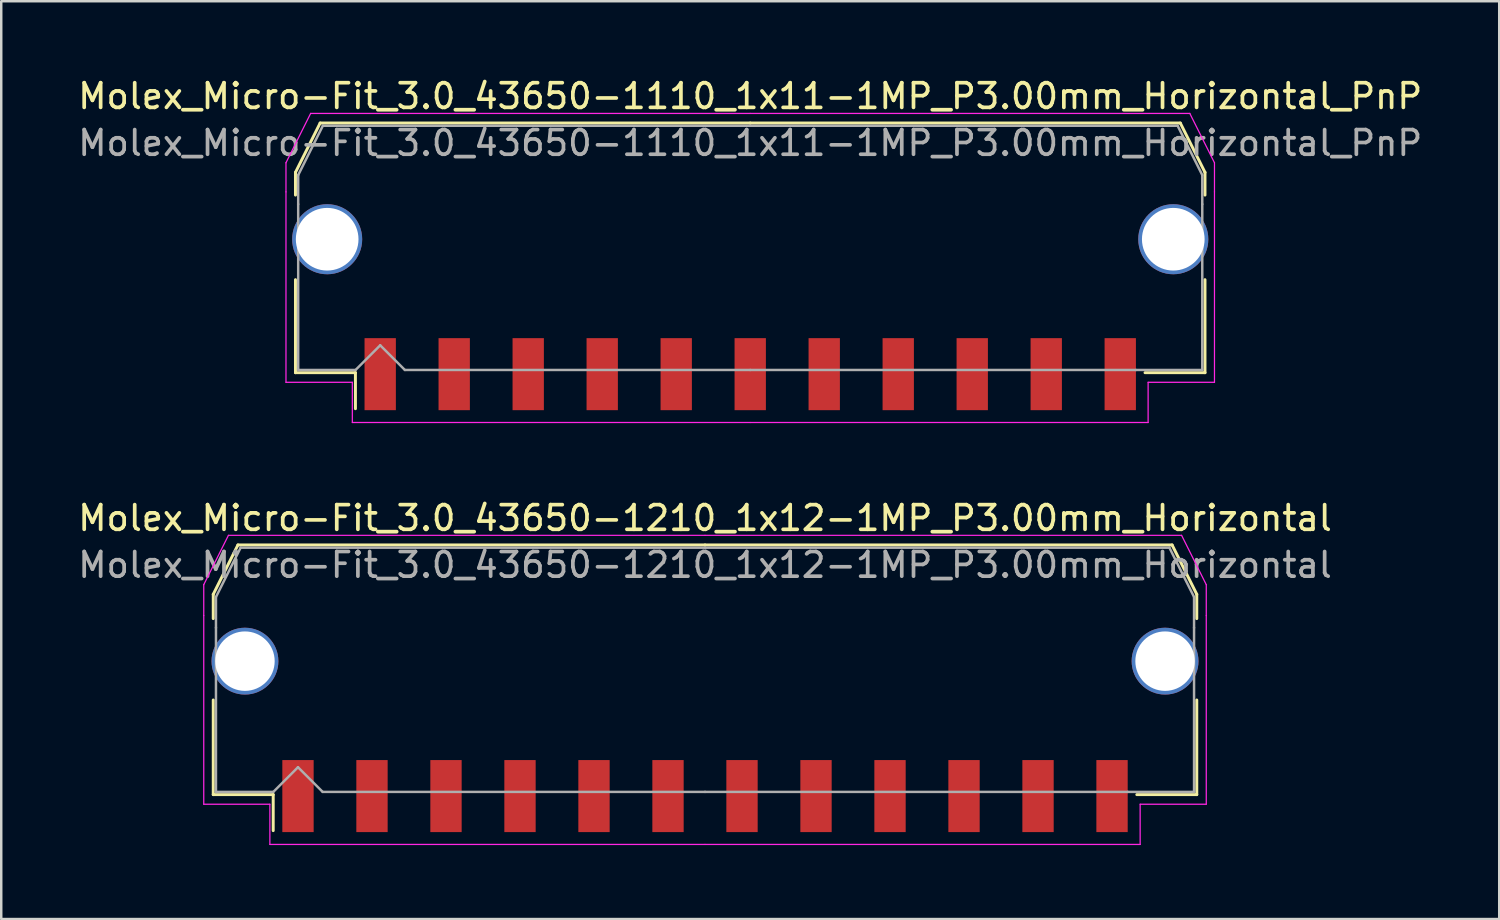
<source format=kicad_pcb>
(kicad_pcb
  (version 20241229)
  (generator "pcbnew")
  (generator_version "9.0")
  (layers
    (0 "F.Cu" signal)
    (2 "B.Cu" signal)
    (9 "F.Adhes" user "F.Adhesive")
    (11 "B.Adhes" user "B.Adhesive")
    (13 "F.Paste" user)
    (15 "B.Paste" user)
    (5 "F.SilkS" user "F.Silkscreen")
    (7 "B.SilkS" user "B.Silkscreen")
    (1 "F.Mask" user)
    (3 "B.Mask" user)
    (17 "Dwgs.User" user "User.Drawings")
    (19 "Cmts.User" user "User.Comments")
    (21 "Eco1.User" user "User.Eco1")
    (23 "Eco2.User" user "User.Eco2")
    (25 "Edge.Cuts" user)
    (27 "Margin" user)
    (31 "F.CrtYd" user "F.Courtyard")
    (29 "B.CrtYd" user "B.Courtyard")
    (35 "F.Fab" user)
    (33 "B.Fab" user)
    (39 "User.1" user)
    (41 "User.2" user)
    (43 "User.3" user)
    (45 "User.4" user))
  (footprint "Molex_Micro-Fit_3.0_43650-1210_1x12-1MP_P3.00mm_Horizontal"
    (layer "F.Cu")
    (at 25.53 24.102)
    (property "Reference" "Molex_Micro-Fit_3.0_43650-1210_1x12-1MP_P3.00mm_Horizontal" (at 0 -6.15 0) (layer "F.SilkS") (effects (font (size 1 1) (thickness 0.15))))
    (attr smd)
    (fp_line (start -19.935 -3.06) (end -19.935 -2.075) (stroke (width 0.12) (type solid)) (layer "F.SilkS"))
    (fp_line (start -19.935 1.225) (end -19.935 5.06) (stroke (width 0.12) (type solid)) (layer "F.SilkS"))
    (fp_line (start -19.935 5.06) (end -17.505 5.06) (stroke (width 0.12) (type solid)) (layer "F.SilkS"))
    (fp_line (start -18.935 -5.06) (end -19.935 -3.06) (stroke (width 0.12) (type solid)) (layer "F.SilkS"))
    (fp_line (start -17.505 5.06) (end -17.505 6.52) (stroke (width 0.12) (type solid)) (layer "F.SilkS"))
    (fp_line (start 0 -5.06) (end -18.935 -5.06) (stroke (width 0.12) (type solid)) (layer "F.SilkS"))
    (fp_line (start 0 -5.06) (end 18.935 -5.06) (stroke (width 0.12) (type solid)) (layer "F.SilkS"))
    (fp_line (start 18.935 -5.06) (end 19.935 -3.06) (stroke (width 0.12) (type solid)) (layer "F.SilkS"))
    (fp_line (start 19.935 -3.06) (end 19.935 -2.075) (stroke (width 0.12) (type solid)) (layer "F.SilkS"))
    (fp_line (start 19.935 1.225) (end 19.935 5.06) (stroke (width 0.12) (type solid)) (layer "F.SilkS"))
    (fp_line (start 19.935 5.06) (end 17.505 5.06) (stroke (width 0.12) (type solid)) (layer "F.SilkS"))
    (fp_line (start -20.32 -3.45) (end -20.32 -2.2) (stroke (width 0.05) (type solid)) (layer "F.CrtYd"))
    (fp_line (start -20.32 -2.2) (end -20.32 5.45) (stroke (width 0.05) (type solid)) (layer "F.CrtYd"))
    (fp_line (start -20.32 5.45) (end -17.64 5.45) (stroke (width 0.05) (type solid)) (layer "F.CrtYd"))
    (fp_line (start -19.32 -5.45) (end -20.32 -3.45) (stroke (width 0.05) (type solid)) (layer "F.CrtYd"))
    (fp_line (start -17.64 5.45) (end -17.64 7.08) (stroke (width 0.05) (type solid)) (layer "F.CrtYd"))
    (fp_line (start -17.64 7.08) (end 0 7.08) (stroke (width 0.05) (type solid)) (layer "F.CrtYd"))
    (fp_line (start 0 -5.45) (end -19.32 -5.45) (stroke (width 0.05) (type solid)) (layer "F.CrtYd"))
    (fp_line (start 0 -5.45) (end 19.32 -5.45) (stroke (width 0.05) (type solid)) (layer "F.CrtYd"))
    (fp_line (start 17.64 5.45) (end 17.64 7.08) (stroke (width 0.05) (type solid)) (layer "F.CrtYd"))
    (fp_line (start 17.64 7.08) (end 0 7.08) (stroke (width 0.05) (type solid)) (layer "F.CrtYd"))
    (fp_line (start 19.32 -5.45) (end 20.32 -3.45) (stroke (width 0.05) (type solid)) (layer "F.CrtYd"))
    (fp_line (start 20.32 -3.45) (end 20.32 -2.2) (stroke (width 0.05) (type solid)) (layer "F.CrtYd"))
    (fp_line (start 20.32 -2.2) (end 20.32 5.45) (stroke (width 0.05) (type solid)) (layer "F.CrtYd"))
    (fp_line (start 20.32 5.45) (end 17.64 5.45) (stroke (width 0.05) (type solid)) (layer "F.CrtYd"))
    (fp_line (start -19.825 -2.95) (end -19.825 -1.705) (stroke (width 0.1) (type solid)) (layer "F.Fab"))
    (fp_line (start -19.825 -1.705) (end -19.825 4.95) (stroke (width 0.1) (type solid)) (layer "F.Fab"))
    (fp_line (start -19.825 4.95) (end -17.5 4.95) (stroke (width 0.1) (type solid)) (layer "F.Fab"))
    (fp_line (start -18.825 -4.95) (end -19.825 -2.95) (stroke (width 0.1) (type solid)) (layer "F.Fab"))
    (fp_line (start -17.5 4.95) (end -16.5 3.95) (stroke (width 0.1) (type solid)) (layer "F.Fab"))
    (fp_line (start -16.5 3.95) (end -15.5 4.95) (stroke (width 0.1) (type solid)) (layer "F.Fab"))
    (fp_line (start -15.5 4.95) (end 0 4.95) (stroke (width 0.1) (type solid)) (layer "F.Fab"))
    (fp_line (start 0 -4.95) (end -18.825 -4.95) (stroke (width 0.1) (type solid)) (layer "F.Fab"))
    (fp_line (start 0 -4.95) (end 18.825 -4.95) (stroke (width 0.1) (type solid)) (layer "F.Fab"))
    (fp_line (start 17.135 4.95) (end 0 4.95) (stroke (width 0.1) (type solid)) (layer "F.Fab"))
    (fp_line (start 18.825 -4.95) (end 19.825 -2.95) (stroke (width 0.1) (type solid)) (layer "F.Fab"))
    (fp_line (start 19.825 -2.95) (end 19.825 -1.705) (stroke (width 0.1) (type solid)) (layer "F.Fab"))
    (fp_line (start 19.825 -1.705) (end 19.825 4.95) (stroke (width 0.1) (type solid)) (layer "F.Fab"))
    (fp_line (start 19.825 4.95) (end 17.135 4.95) (stroke (width 0.1) (type solid)) (layer "F.Fab"))
    (fp_text user "${REFERENCE}" (at 0 -4.25 0) (layer "F.Fab") (effects (font (size 1 1) (thickness 0.15))))
    (pad "1" smd rect (at -16.5 5.12) (size 1.27 2.92) (layers "F.Cu" "F.Mask" "F.Paste"))
    (pad "2" smd rect (at -13.5 5.12) (size 1.27 2.92) (layers "F.Cu" "F.Mask" "F.Paste"))
    (pad "3" smd rect (at -10.5 5.12) (size 1.27 2.92) (layers "F.Cu" "F.Mask" "F.Paste"))
    (pad "4" smd rect (at -7.5 5.12) (size 1.27 2.92) (layers "F.Cu" "F.Mask" "F.Paste"))
    (pad "5" smd rect (at -4.5 5.12) (size 1.27 2.92) (layers "F.Cu" "F.Mask" "F.Paste"))
    (pad "6" smd rect (at -1.5 5.12) (size 1.27 2.92) (layers "F.Cu" "F.Mask" "F.Paste"))
    (pad "7" smd rect (at 1.5 5.12) (size 1.27 2.92) (layers "F.Cu" "F.Mask" "F.Paste"))
    (pad "8" smd rect (at 4.5 5.12) (size 1.27 2.92) (layers "F.Cu" "F.Mask" "F.Paste"))
    (pad "9" smd rect (at 7.5 5.12) (size 1.27 2.92) (layers "F.Cu" "F.Mask" "F.Paste"))
    (pad "10" smd rect (at 10.5 5.12) (size 1.27 2.92) (layers "F.Cu" "F.Mask" "F.Paste"))
    (pad "11" smd rect (at 13.5 5.12) (size 1.27 2.92) (layers "F.Cu" "F.Mask" "F.Paste"))
    (pad "12" smd rect (at 16.5 5.12) (size 1.27 2.92) (layers "F.Cu" "F.Mask" "F.Paste"))
    (pad "MP" thru_hole circle (at -18.65 -0.35) (size 2.71 2.71) (drill 2.41) (layers "*.Cu" "*.Mask"))
    (pad "MP" thru_hole circle (at 18.65 -0.35) (size 2.71 2.71) (drill 2.41) (layers "*.Cu" "*.Mask")))
  (footprint "Molex_Micro-Fit_3.0_43650-1110_1x11-1MP_P3.00mm_Horizontal_PnP"
    (layer "F.Cu")
    (at 27.363 6.998)
    (property "Reference" "Molex_Micro-Fit_3.0_43650-1110_1x11-1MP_P3.00mm_Horizontal_PnP" (at 0 -6.15 0) (layer "F.SilkS") (effects (font (size 1 1) (thickness 0.15))))
    (attr smd)
    (fp_line (start -18.435 -3.06) (end -18.435 -2.14) (stroke (width 0.12) (type solid)) (layer "F.SilkS"))
    (fp_line (start -18.435 1.29) (end -18.435 5.06) (stroke (width 0.12) (type solid)) (layer "F.SilkS"))
    (fp_line (start -18.435 5.06) (end -16.005 5.06) (stroke (width 0.12) (type solid)) (layer "F.SilkS"))
    (fp_line (start -17.435 -5.06) (end -18.435 -3.06) (stroke (width 0.12) (type solid)) (layer "F.SilkS"))
    (fp_line (start -16.005 5.06) (end -16.005 6.52) (stroke (width 0.12) (type solid)) (layer "F.SilkS"))
    (fp_line (start 0 -5.06) (end -17.435 -5.06) (stroke (width 0.12) (type solid)) (layer "F.SilkS"))
    (fp_line (start 0 -5.06) (end 17.435 -5.06) (stroke (width 0.12) (type solid)) (layer "F.SilkS"))
    (fp_line (start 17.435 -5.06) (end 18.435 -3.06) (stroke (width 0.12) (type solid)) (layer "F.SilkS"))
    (fp_line (start 18.435 -3.06) (end 18.435 -2.14) (stroke (width 0.12) (type solid)) (layer "F.SilkS"))
    (fp_line (start 18.435 1.29) (end 18.435 5.06) (stroke (width 0.12) (type solid)) (layer "F.SilkS"))
    (fp_line (start 18.435 5.06) (end 16.005 5.06) (stroke (width 0.12) (type solid)) (layer "F.SilkS"))
    (fp_line (start -18.82 -3.45) (end -18.82 -2.27) (stroke (width 0.05) (type solid)) (layer "F.CrtYd"))
    (fp_line (start -18.82 -2.27) (end -18.82 5.45) (stroke (width 0.05) (type solid)) (layer "F.CrtYd"))
    (fp_line (start -18.82 5.45) (end -16.13 5.45) (stroke (width 0.05) (type solid)) (layer "F.CrtYd"))
    (fp_line (start -17.82 -5.45) (end -18.82 -3.45) (stroke (width 0.05) (type solid)) (layer "F.CrtYd"))
    (fp_line (start -16.13 5.45) (end -16.13 7.08) (stroke (width 0.05) (type solid)) (layer "F.CrtYd"))
    (fp_line (start -16.13 7.08) (end 0 7.08) (stroke (width 0.05) (type solid)) (layer "F.CrtYd"))
    (fp_line (start 0 -5.45) (end -17.82 -5.45) (stroke (width 0.05) (type solid)) (layer "F.CrtYd"))
    (fp_line (start 0 -5.45) (end 17.82 -5.45) (stroke (width 0.05) (type solid)) (layer "F.CrtYd"))
    (fp_line (start 16.13 5.45) (end 16.13 7.08) (stroke (width 0.05) (type solid)) (layer "F.CrtYd"))
    (fp_line (start 16.13 7.08) (end 0 7.08) (stroke (width 0.05) (type solid)) (layer "F.CrtYd"))
    (fp_line (start 17.82 -5.45) (end 18.82 -3.45) (stroke (width 0.05) (type solid)) (layer "F.CrtYd"))
    (fp_line (start 18.82 -3.45) (end 18.82 -2.27) (stroke (width 0.05) (type solid)) (layer "F.CrtYd"))
    (fp_line (start 18.82 -2.27) (end 18.82 5.45) (stroke (width 0.05) (type solid)) (layer "F.CrtYd"))
    (fp_line (start 18.82 5.45) (end 16.13 5.45) (stroke (width 0.05) (type solid)) (layer "F.CrtYd"))
    (fp_line (start -18.325 -2.95) (end -18.325 -1.77) (stroke (width 0.1) (type solid)) (layer "F.Fab"))
    (fp_line (start -18.325 -1.77) (end -18.325 4.95) (stroke (width 0.1) (type solid)) (layer "F.Fab"))
    (fp_line (start -18.325 4.95) (end -16 4.95) (stroke (width 0.1) (type solid)) (layer "F.Fab"))
    (fp_line (start -17.325 -4.95) (end -18.325 -2.95) (stroke (width 0.1) (type solid)) (layer "F.Fab"))
    (fp_line (start -16 4.95) (end -15 3.95) (stroke (width 0.1) (type solid)) (layer "F.Fab"))
    (fp_line (start -15 3.95) (end -14 4.95) (stroke (width 0.1) (type solid)) (layer "F.Fab"))
    (fp_line (start -14 4.95) (end 0 4.95) (stroke (width 0.1) (type solid)) (layer "F.Fab"))
    (fp_line (start 0 -4.95) (end -17.325 -4.95) (stroke (width 0.1) (type solid)) (layer "F.Fab"))
    (fp_line (start 0 -4.95) (end 17.325 -4.95) (stroke (width 0.1) (type solid)) (layer "F.Fab"))
    (fp_line (start 15.635 4.95) (end 0 4.95) (stroke (width 0.1) (type solid)) (layer "F.Fab"))
    (fp_line (start 17.325 -4.95) (end 18.325 -2.95) (stroke (width 0.1) (type solid)) (layer "F.Fab"))
    (fp_line (start 18.325 -2.95) (end 18.325 -1.77) (stroke (width 0.1) (type solid)) (layer "F.Fab"))
    (fp_line (start 18.325 -1.77) (end 18.325 4.95) (stroke (width 0.1) (type solid)) (layer "F.Fab"))
    (fp_line (start 18.325 4.95) (end 15.635 4.95) (stroke (width 0.1) (type solid)) (layer "F.Fab"))
    (fp_text user "${REFERENCE}" (at 0 -4.25 0) (layer "F.Fab") (effects (font (size 1 1) (thickness 0.15))))
    (pad "1" smd rect (at -15 5.12) (size 1.27 2.92) (layers "F.Cu" "F.Mask" "F.Paste"))
    (pad "2" smd rect (at -12 5.12) (size 1.27 2.92) (layers "F.Cu" "F.Mask" "F.Paste"))
    (pad "3" smd rect (at -9 5.12) (size 1.27 2.92) (layers "F.Cu" "F.Mask" "F.Paste"))
    (pad "4" smd rect (at -6 5.12) (size 1.27 2.92) (layers "F.Cu" "F.Mask" "F.Paste"))
    (pad "5" smd rect (at -3 5.12) (size 1.27 2.92) (layers "F.Cu" "F.Mask" "F.Paste"))
    (pad "6" smd rect (at 0 5.12) (size 1.27 2.92) (layers "F.Cu" "F.Mask" "F.Paste"))
    (pad "7" smd rect (at 3 5.12) (size 1.27 2.92) (layers "F.Cu" "F.Mask" "F.Paste"))
    (pad "8" smd rect (at 6 5.12) (size 1.27 2.92) (layers "F.Cu" "F.Mask" "F.Paste"))
    (pad "9" smd rect (at 9 5.12) (size 1.27 2.92) (layers "F.Cu" "F.Mask" "F.Paste"))
    (pad "10" smd rect (at 12 5.12) (size 1.27 2.92) (layers "F.Cu" "F.Mask" "F.Paste"))
    (pad "11" smd rect (at 15 5.12) (size 1.27 2.92) (layers "F.Cu" "F.Mask" "F.Paste"))
    (pad "MP" thru_hole circle (at -17.15 -0.35) (size 2.84 2.84) (drill 2.54) (layers "*.Cu" "*.Mask"))
    (pad "MP" thru_hole circle (at 17.15 -0.35) (size 2.84 2.84) (drill 2.54) (layers "*.Cu" "*.Mask")))
  (gr_rect
    (start -3 -3)
    (end 57.726 34.206)
    (stroke (width 0.1) (type default))
    (fill no)
    (layer "Edge.Cuts")))
</source>
